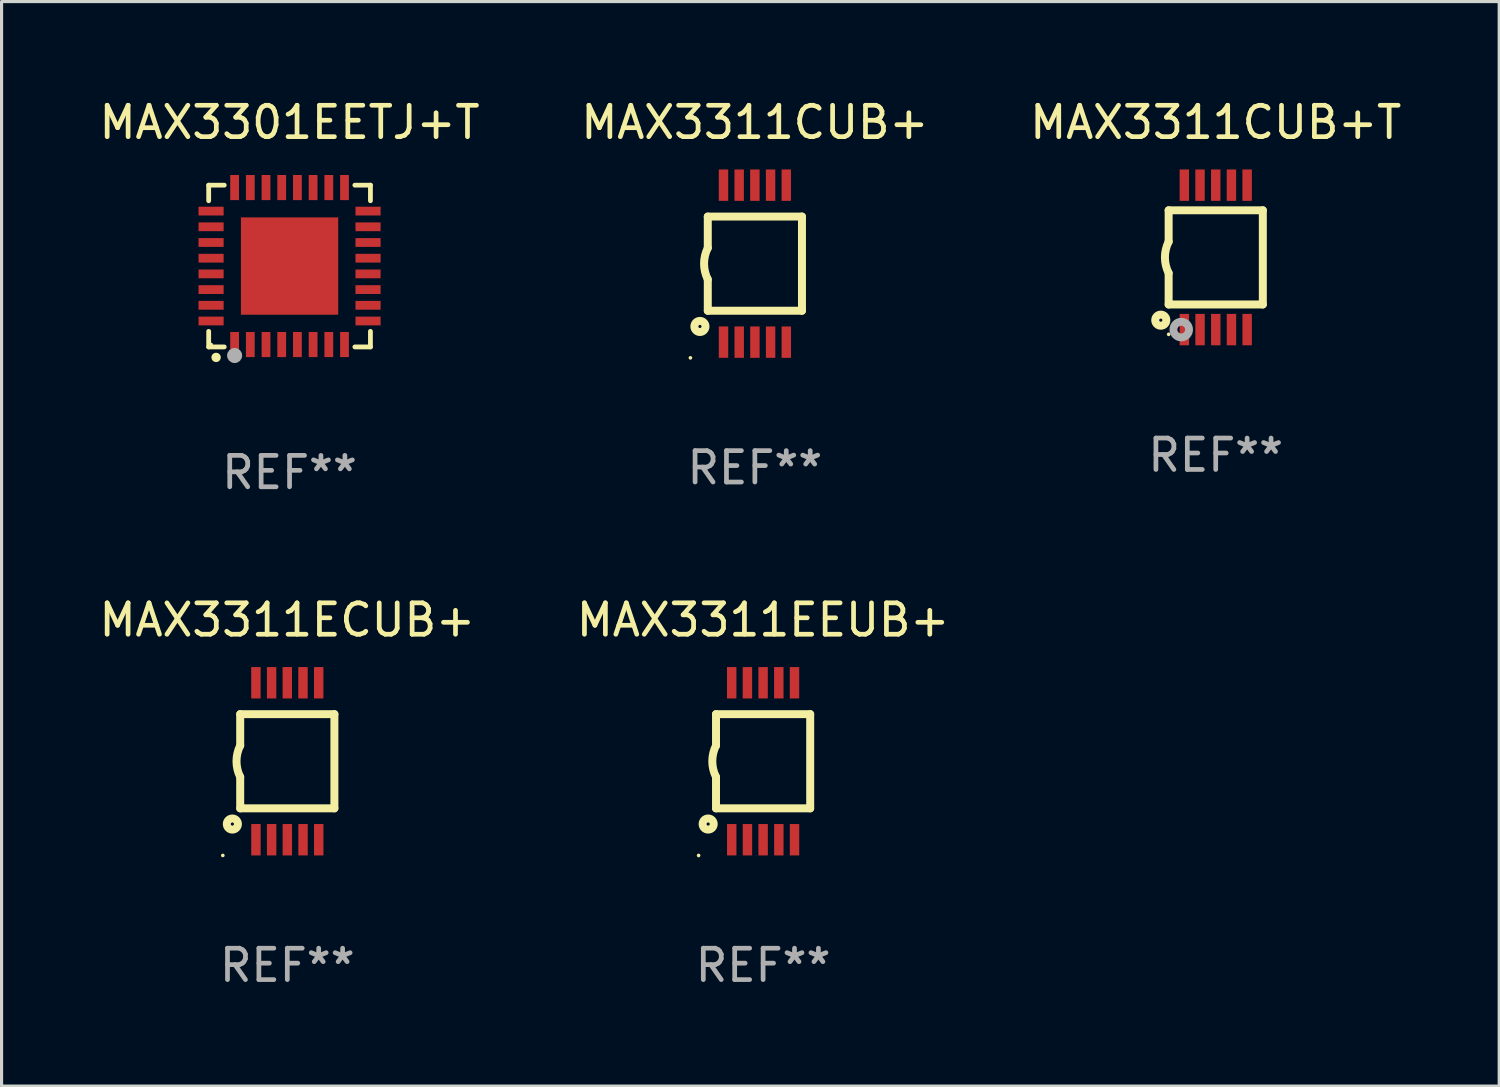
<source format=kicad_pcb>
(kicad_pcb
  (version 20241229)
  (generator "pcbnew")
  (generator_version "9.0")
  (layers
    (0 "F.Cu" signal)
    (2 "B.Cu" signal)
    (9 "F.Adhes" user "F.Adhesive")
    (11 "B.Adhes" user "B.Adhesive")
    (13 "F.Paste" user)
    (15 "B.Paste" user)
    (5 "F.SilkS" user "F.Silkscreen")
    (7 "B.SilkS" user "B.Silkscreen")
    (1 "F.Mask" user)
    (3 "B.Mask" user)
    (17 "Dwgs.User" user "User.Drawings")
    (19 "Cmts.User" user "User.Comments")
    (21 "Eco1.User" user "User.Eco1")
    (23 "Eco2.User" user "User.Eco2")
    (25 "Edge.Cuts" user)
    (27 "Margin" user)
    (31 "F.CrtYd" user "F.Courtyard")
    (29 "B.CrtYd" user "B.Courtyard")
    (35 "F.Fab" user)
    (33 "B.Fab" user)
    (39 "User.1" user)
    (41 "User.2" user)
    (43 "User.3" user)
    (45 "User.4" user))
  (footprint "MAX3311CUB+"
    (layer "F.Cu")
    (at 20.994 5.348)
    (property "Reference" "MAX3311CUB+" (at 0 -4.5 0) (layer "F.SilkS") (effects (font (size 1 1) (thickness 0.15))))
    (attr through_hole)
    (fp_line (start -1.5 -1.5) (end -1.5 -0.5) (stroke (width 0.254) (type solid)) (layer "F.SilkS"))
    (fp_line (start -1.5 1.5) (end -1.5 0.5) (stroke (width 0.254) (type solid)) (layer "F.SilkS"))
    (fp_line (start -1.5 1.5) (end 1.5 1.5) (stroke (width 0.254) (type solid)) (layer "F.SilkS"))
    (fp_line (start 1.5 1.5) (end 1.5 -1.5) (stroke (width 0.254) (type solid)) (layer "F.SilkS"))
    (fp_line (start 1.5 -1.5) (end -1.5 -1.5) (stroke (width 0.254) (type solid)) (layer "F.SilkS"))
    (fp_arc (start -1.500165 0.499873) (mid -1.618199 -0.000127) (end -1.500165 -0.500127) (stroke (width 0.254001) (type solid)) (layer "F.SilkS"))
    (fp_circle (center -2.054 3) (end -2.024 3) (stroke (width 0.06) (type solid)) (fill no) (layer "F.SilkS"))
    (fp_circle (center -1.75 2) (end -1.573 2) (stroke (width 0.254) (type solid)) (fill no) (layer "F.SilkS"))
    (fp_text user "REF**" (at 0 6.5 0) (layer "F.Fab") (effects (font (size 1 1) (thickness 0.15))))
    (pad "1" smd rect (at -0.999 2.5 180) (size 0.3 1) (layers "F.Cu" "F.Mask" "F.Paste"))
    (pad "2" smd rect (at -0.499 2.5 180) (size 0.3 1) (layers "F.Cu" "F.Mask" "F.Paste"))
    (pad "3" smd rect (at 0.001 2.5 180) (size 0.3 1) (layers "F.Cu" "F.Mask" "F.Paste"))
    (pad "4" smd rect (at 0.501 2.5 180) (size 0.3 1) (layers "F.Cu" "F.Mask" "F.Paste"))
    (pad "5" smd rect (at 1.001 2.5 180) (size 0.3 1) (layers "F.Cu" "F.Mask" "F.Paste"))
    (pad "6" smd rect (at 1 -2.5 180) (size 0.3 1) (layers "F.Cu" "F.Mask" "F.Paste"))
    (pad "7" smd rect (at 0.5 -2.5 180) (size 0.3 1) (layers "F.Cu" "F.Mask" "F.Paste"))
    (pad "8" smd rect (at -0.000165 -2.5 180) (size 0.3 1) (layers "F.Cu" "F.Mask" "F.Paste"))
    (pad "9" smd rect (at -0.5 -2.5 180) (size 0.3 1) (layers "F.Cu" "F.Mask" "F.Paste"))
    (pad "10" smd rect (at -1 -2.5 180) (size 0.3 1) (layers "F.Cu" "F.Mask" "F.Paste")))
  (footprint "MAX3311CUB+T"
    (layer "F.Cu")
    (at 35.673 5.148)
    (property "Reference" "MAX3311CUB+T" (at 0 -4.3 0) (layer "F.SilkS") (effects (font (size 1 1) (thickness 0.15))))
    (attr through_hole)
    (fp_line (start -1.5 -1.5) (end -1.5 -0.5) (stroke (width 0.254) (type solid)) (layer "F.SilkS"))
    (fp_line (start -1.5 1.5) (end -1.5 0.5) (stroke (width 0.254) (type solid)) (layer "F.SilkS"))
    (fp_line (start -1.5 1.5) (end 1.5 1.5) (stroke (width 0.254) (type solid)) (layer "F.SilkS"))
    (fp_line (start 1.5 1.5) (end 1.5 -1.5) (stroke (width 0.254) (type solid)) (layer "F.SilkS"))
    (fp_line (start 1.5 -1.5) (end -1.5 -1.5) (stroke (width 0.254) (type solid)) (layer "F.SilkS"))
    (fp_arc (start -1.500165 0.5) (mid -1.618199 0) (end -1.500165 -0.5) (stroke (width 0.254001) (type solid)) (layer "F.SilkS"))
    (fp_circle (center -1.75 2) (end -1.573 2) (stroke (width 0.254) (type solid)) (fill no) (layer "F.SilkS"))
    (fp_circle (center -1.499 2.45) (end -1.469 2.45) (stroke (width 0.06) (type solid)) (fill no) (layer "F.SilkS"))
    (fp_circle (center -1.099 2.3) (end -0.975 2.3) (stroke (width 0.25) (type solid)) (fill no) (layer "F.Fab"))
    (fp_text user "REF**" (at 0 6.3 0) (layer "F.Fab") (effects (font (size 1 1) (thickness 0.15))))
    (pad "1" smd rect (at -0.999 2.3 180) (size 0.3 1) (layers "F.Cu" "F.Mask" "F.Paste"))
    (pad "2" smd rect (at -0.499 2.3 180) (size 0.3 1) (layers "F.Cu" "F.Mask" "F.Paste"))
    (pad "3" smd rect (at 0.001 2.3 180) (size 0.3 1) (layers "F.Cu" "F.Mask" "F.Paste"))
    (pad "4" smd rect (at 0.501 2.3 180) (size 0.3 1) (layers "F.Cu" "F.Mask" "F.Paste"))
    (pad "5" smd rect (at 1.001 2.3 180) (size 0.3 1) (layers "F.Cu" "F.Mask" "F.Paste"))
    (pad "6" smd rect (at 1 -2.3 180) (size 0.3 1) (layers "F.Cu" "F.Mask" "F.Paste"))
    (pad "7" smd rect (at 0.5 -2.3 180) (size 0.3 1) (layers "F.Cu" "F.Mask" "F.Paste"))
    (pad "8" smd rect (at -0.000165 -2.3 180) (size 0.3 1) (layers "F.Cu" "F.Mask" "F.Paste"))
    (pad "9" smd rect (at -0.5 -2.3 180) (size 0.3 1) (layers "F.Cu" "F.Mask" "F.Paste"))
    (pad "10" smd rect (at -1 -2.3 180) (size 0.3 1) (layers "F.Cu" "F.Mask" "F.Paste")))
  (footprint "MAX3311EEUB+"
    (layer "F.Cu")
    (at 21.256 21.197)
    (property "Reference" "MAX3311EEUB+" (at 0 -4.5 0) (layer "F.SilkS") (effects (font (size 1 1) (thickness 0.15))))
    (attr through_hole)
    (fp_line (start -1.5 -1.5) (end -1.5 -0.5) (stroke (width 0.254) (type solid)) (layer "F.SilkS"))
    (fp_line (start -1.5 1.5) (end -1.5 0.5) (stroke (width 0.254) (type solid)) (layer "F.SilkS"))
    (fp_line (start -1.5 1.5) (end 1.5 1.5) (stroke (width 0.254) (type solid)) (layer "F.SilkS"))
    (fp_line (start 1.5 1.5) (end 1.5 -1.5) (stroke (width 0.254) (type solid)) (layer "F.SilkS"))
    (fp_line (start 1.5 -1.5) (end -1.5 -1.5) (stroke (width 0.254) (type solid)) (layer "F.SilkS"))
    (fp_arc (start -1.500165 0.499873) (mid -1.618199 -0.000127) (end -1.500165 -0.500127) (stroke (width 0.254001) (type solid)) (layer "F.SilkS"))
    (fp_circle (center -2.054 3) (end -2.024 3) (stroke (width 0.06) (type solid)) (fill no) (layer "F.SilkS"))
    (fp_circle (center -1.75 2) (end -1.573 2) (stroke (width 0.254) (type solid)) (fill no) (layer "F.SilkS"))
    (fp_text user "REF**" (at 0 6.5 0) (layer "F.Fab") (effects (font (size 1 1) (thickness 0.15))))
    (pad "1" smd rect (at -0.999 2.5 180) (size 0.3 1) (layers "F.Cu" "F.Mask" "F.Paste"))
    (pad "2" smd rect (at -0.499 2.5 180) (size 0.3 1) (layers "F.Cu" "F.Mask" "F.Paste"))
    (pad "3" smd rect (at 0.001 2.5 180) (size 0.3 1) (layers "F.Cu" "F.Mask" "F.Paste"))
    (pad "4" smd rect (at 0.501 2.5 180) (size 0.3 1) (layers "F.Cu" "F.Mask" "F.Paste"))
    (pad "5" smd rect (at 1.001 2.5 180) (size 0.3 1) (layers "F.Cu" "F.Mask" "F.Paste"))
    (pad "6" smd rect (at 1 -2.5 180) (size 0.3 1) (layers "F.Cu" "F.Mask" "F.Paste"))
    (pad "7" smd rect (at 0.5 -2.5 180) (size 0.3 1) (layers "F.Cu" "F.Mask" "F.Paste"))
    (pad "8" smd rect (at -0.000165 -2.5 180) (size 0.3 1) (layers "F.Cu" "F.Mask" "F.Paste"))
    (pad "9" smd rect (at -0.5 -2.5 180) (size 0.3 1) (layers "F.Cu" "F.Mask" "F.Paste"))
    (pad "10" smd rect (at -1 -2.5 180) (size 0.3 1) (layers "F.Cu" "F.Mask" "F.Paste")))
  (footprint "MAX3301EETJ+T"
    (layer "F.Cu")
    (at 6.173 5.424)
    (property "Reference" "MAX3301EETJ+T" (at 0 -4.576 0) (layer "F.SilkS") (effects (font (size 1 1) (thickness 0.15))))
    (attr through_hole)
    (fp_line (start -2.576 -2.576) (end -2.08 -2.576) (stroke (width 0.152) (type solid)) (layer "F.SilkS"))
    (fp_line (start -2.576 -2.08) (end -2.576 -2.576) (stroke (width 0.152) (type solid)) (layer "F.SilkS"))
    (fp_line (start -2.576 2.08) (end -2.576 2.576) (stroke (width 0.152) (type solid)) (layer "F.SilkS"))
    (fp_line (start -2.576 2.576) (end -2.08 2.576) (stroke (width 0.152) (type solid)) (layer "F.SilkS"))
    (fp_line (start 2.576 -2.576) (end 2.08 -2.576) (stroke (width 0.152) (type solid)) (layer "F.SilkS"))
    (fp_line (start 2.576 -2.08) (end 2.576 -2.576) (stroke (width 0.152) (type solid)) (layer "F.SilkS"))
    (fp_line (start 2.576 2.08) (end 2.576 2.576) (stroke (width 0.152) (type solid)) (layer "F.SilkS"))
    (fp_line (start 2.576 2.576) (end 2.08 2.576) (stroke (width 0.152) (type solid)) (layer "F.SilkS"))
    (fp_circle (center -2.5 2.5) (end -2.47 2.5) (stroke (width 0.06) (type solid)) (fill no) (layer "F.SilkS"))
    (fp_circle (center -2.34 2.91) (end -2.265 2.91) (stroke (width 0.15) (type solid)) (fill no) (layer "F.SilkS"))
    (fp_circle (center -1.75 2.85) (end -1.63 2.85) (stroke (width 0.24) (type solid)) (fill no) (layer "F.Fab"))
    (fp_text user "REF**" (at 0 6.576 0) (layer "F.Fab") (effects (font (size 1 1) (thickness 0.15))))
    (pad "1" smd rect (at -1.75 2.5) (size 0.28 0.8) (layers "F.Cu" "F.Mask" "F.Paste"))
    (pad "2" smd rect (at -1.25 2.5) (size 0.28 0.8) (layers "F.Cu" "F.Mask" "F.Paste"))
    (pad "3" smd rect (at -0.75 2.5) (size 0.28 0.8) (layers "F.Cu" "F.Mask" "F.Paste"))
    (pad "4" smd rect (at -0.25 2.5) (size 0.28 0.8) (layers "F.Cu" "F.Mask" "F.Paste"))
    (pad "5" smd rect (at 0.25 2.5) (size 0.28 0.8) (layers "F.Cu" "F.Mask" "F.Paste"))
    (pad "6" smd rect (at 0.75 2.5) (size 0.28 0.8) (layers "F.Cu" "F.Mask" "F.Paste"))
    (pad "7" smd rect (at 1.25 2.5) (size 0.28 0.8) (layers "F.Cu" "F.Mask" "F.Paste"))
    (pad "8" smd rect (at 1.75 2.5) (size 0.28 0.8) (layers "F.Cu" "F.Mask" "F.Paste"))
    (pad "9" smd rect (at 2.5 1.75) (size 0.8 0.28) (layers "F.Cu" "F.Mask" "F.Paste"))
    (pad "10" smd rect (at 2.5 1.25) (size 0.8 0.28) (layers "F.Cu" "F.Mask" "F.Paste"))
    (pad "11" smd rect (at 2.5 0.75) (size 0.8 0.28) (layers "F.Cu" "F.Mask" "F.Paste"))
    (pad "12" smd rect (at 2.5 0.25) (size 0.8 0.28) (layers "F.Cu" "F.Mask" "F.Paste"))
    (pad "13" smd rect (at 2.5 -0.25) (size 0.8 0.28) (layers "F.Cu" "F.Mask" "F.Paste"))
    (pad "14" smd rect (at 2.5 -0.75) (size 0.8 0.28) (layers "F.Cu" "F.Mask" "F.Paste"))
    (pad "15" smd rect (at 2.5 -1.25) (size 0.8 0.28) (layers "F.Cu" "F.Mask" "F.Paste"))
    (pad "16" smd rect (at 2.5 -1.75) (size 0.8 0.28) (layers "F.Cu" "F.Mask" "F.Paste"))
    (pad "17" smd rect (at 1.75 -2.5) (size 0.28 0.8) (layers "F.Cu" "F.Mask" "F.Paste"))
    (pad "18" smd rect (at 1.25 -2.5) (size 0.28 0.8) (layers "F.Cu" "F.Mask" "F.Paste"))
    (pad "19" smd rect (at 0.75 -2.5) (size 0.28 0.8) (layers "F.Cu" "F.Mask" "F.Paste"))
    (pad "20" smd rect (at 0.25 -2.5) (size 0.28 0.8) (layers "F.Cu" "F.Mask" "F.Paste"))
    (pad "21" smd rect (at -0.25 -2.5) (size 0.28 0.8) (layers "F.Cu" "F.Mask" "F.Paste"))
    (pad "22" smd rect (at -0.75 -2.5) (size 0.28 0.8) (layers "F.Cu" "F.Mask" "F.Paste"))
    (pad "23" smd rect (at -1.25 -2.5) (size 0.28 0.8) (layers "F.Cu" "F.Mask" "F.Paste"))
    (pad "24" smd rect (at -1.75 -2.5) (size 0.28 0.8) (layers "F.Cu" "F.Mask" "F.Paste"))
    (pad "25" smd rect (at -2.5 -1.75) (size 0.8 0.28) (layers "F.Cu" "F.Mask" "F.Paste"))
    (pad "26" smd rect (at -2.5 -1.25) (size 0.8 0.28) (layers "F.Cu" "F.Mask" "F.Paste"))
    (pad "27" smd rect (at -2.5 -0.75) (size 0.8 0.28) (layers "F.Cu" "F.Mask" "F.Paste"))
    (pad "28" smd rect (at -2.5 -0.25) (size 0.8 0.28) (layers "F.Cu" "F.Mask" "F.Paste"))
    (pad "29" smd rect (at -2.5 0.25) (size 0.8 0.28) (layers "F.Cu" "F.Mask" "F.Paste"))
    (pad "30" smd rect (at -2.5 0.75) (size 0.8 0.28) (layers "F.Cu" "F.Mask" "F.Paste"))
    (pad "31" smd rect (at -2.5 1.25) (size 0.8 0.28) (layers "F.Cu" "F.Mask" "F.Paste"))
    (pad "32" smd rect (at -2.5 1.75) (size 0.8 0.28) (layers "F.Cu" "F.Mask" "F.Paste"))
    (pad "33" smd rect (at 0 0) (size 3.1 3.1) (layers "F.Cu" "F.Mask" "F.Paste")))
  (footprint "MAX3311ECUB+"
    (layer "F.Cu")
    (at 6.101 21.197)
    (property "Reference" "MAX3311ECUB+" (at 0 -4.5 0) (layer "F.SilkS") (effects (font (size 1 1) (thickness 0.15))))
    (attr through_hole)
    (fp_line (start -1.5 -1.5) (end -1.5 -0.5) (stroke (width 0.254) (type solid)) (layer "F.SilkS"))
    (fp_line (start -1.5 1.5) (end -1.5 0.5) (stroke (width 0.254) (type solid)) (layer "F.SilkS"))
    (fp_line (start -1.5 1.5) (end 1.5 1.5) (stroke (width 0.254) (type solid)) (layer "F.SilkS"))
    (fp_line (start 1.5 1.5) (end 1.5 -1.5) (stroke (width 0.254) (type solid)) (layer "F.SilkS"))
    (fp_line (start 1.5 -1.5) (end -1.5 -1.5) (stroke (width 0.254) (type solid)) (layer "F.SilkS"))
    (fp_arc (start -1.500165 0.499873) (mid -1.618199 -0.000127) (end -1.500165 -0.500127) (stroke (width 0.254001) (type solid)) (layer "F.SilkS"))
    (fp_circle (center -2.054 3) (end -2.024 3) (stroke (width 0.06) (type solid)) (fill no) (layer "F.SilkS"))
    (fp_circle (center -1.75 2) (end -1.573 2) (stroke (width 0.254) (type solid)) (fill no) (layer "F.SilkS"))
    (fp_text user "REF**" (at 0 6.5 0) (layer "F.Fab") (effects (font (size 1 1) (thickness 0.15))))
    (pad "1" smd rect (at -0.999 2.5 180) (size 0.3 1) (layers "F.Cu" "F.Mask" "F.Paste"))
    (pad "2" smd rect (at -0.499 2.5 180) (size 0.3 1) (layers "F.Cu" "F.Mask" "F.Paste"))
    (pad "3" smd rect (at 0.001 2.5 180) (size 0.3 1) (layers "F.Cu" "F.Mask" "F.Paste"))
    (pad "4" smd rect (at 0.501 2.5 180) (size 0.3 1) (layers "F.Cu" "F.Mask" "F.Paste"))
    (pad "5" smd rect (at 1.001 2.5 180) (size 0.3 1) (layers "F.Cu" "F.Mask" "F.Paste"))
    (pad "6" smd rect (at 1 -2.5 180) (size 0.3 1) (layers "F.Cu" "F.Mask" "F.Paste"))
    (pad "7" smd rect (at 0.5 -2.5 180) (size 0.3 1) (layers "F.Cu" "F.Mask" "F.Paste"))
    (pad "8" smd rect (at -0.000165 -2.5 180) (size 0.3 1) (layers "F.Cu" "F.Mask" "F.Paste"))
    (pad "9" smd rect (at -0.5 -2.5 180) (size 0.3 1) (layers "F.Cu" "F.Mask" "F.Paste"))
    (pad "10" smd rect (at -1 -2.5 180) (size 0.3 1) (layers "F.Cu" "F.Mask" "F.Paste")))
  (gr_rect
    (start -3 -3)
    (end 44.702 31.545)
    (stroke (width 0.1) (type default))
    (fill no)
    (layer "Edge.Cuts")))
</source>
